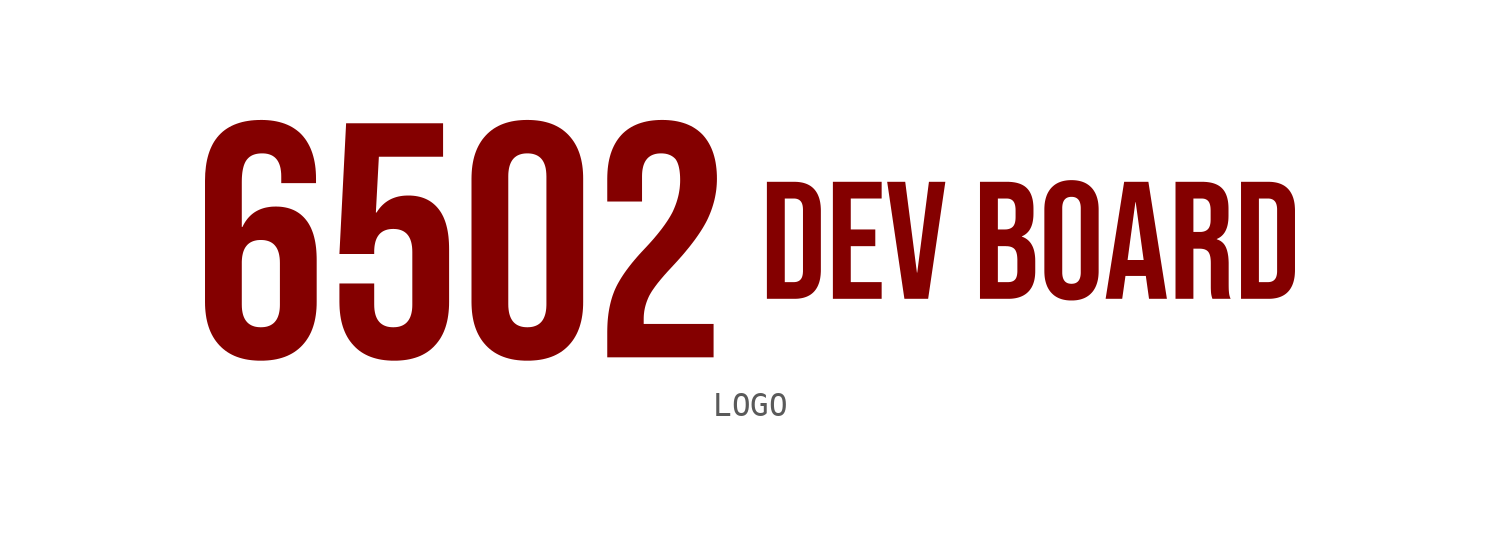
<source format=kicad_sym>
(kicad_symbol_lib
  (version 20231120)
  (generator "kicad_symbol_editor")
  (generator_version "8.0")
  (symbol "LOGO"
    (pin_names
      (offset 1.016))
    (property "Reference" "#G"
      (at 0 -4.242 0)
      (effects (font (size 1.524 1.524)) (hide yes)))
    (symbol "LOGO_1_0"
      (polyline (pts (xy 4.171 -1.26) (xy 4.184 -1.26) (xy 4.67 2.511) (xy 5.352 2.511) (xy 4.637 -2.35) (xy 3.651 -2.35) (xy 2.935 2.511) (xy 3.685 2.511) (xy 4.171 -1.26)) (stroke (width -0.0001) (type solid)) (fill (type outline)))
      (polyline (pts (xy 2.706 1.816) (xy 1.423 1.816) (xy 1.423 0.531) (xy 2.442 0.531) (xy 2.442 -0.163) (xy 1.423 -0.163) (xy 1.423 -1.656) (xy 2.706 -1.656) (xy 2.706 -2.35) (xy 0.68 -2.35) (xy 0.68 2.511) (xy 2.706 2.511) (xy 2.706 1.816)) (stroke (width -0.0001) (type solid)) (fill (type outline)))
      (polyline (pts (xy 14.555 -2.35) (xy 13.812 -2.35) (xy 13.677 -1.385) (xy 13.677 -1.399) (xy 12.833 -1.399) (xy 12.698 -2.35) (xy 12.009 -2.35) (xy 12.264 -0.739) (xy 12.921 -0.739) (xy 13.589 -0.739) (xy 13.258 1.663) (xy 13.245 1.663) (xy 12.921 -0.739) (xy 12.264 -0.739) (xy 12.779 2.511) (xy 13.785 2.511) (xy 14.555 -2.35)) (stroke (width -0.0001) (type solid)) (fill (type outline)))
      (polyline (pts (xy -0.859 2.509) (xy -0.792 2.506) (xy -0.729 2.5) (xy -0.667 2.491) (xy -0.608 2.481) (xy -0.55 2.468) (xy -0.495 2.452) (xy -0.442 2.434) (xy -0.391 2.414) (xy -0.343 2.391) (xy -0.296 2.366) (xy -0.252 2.339) (xy -0.21 2.309) (xy -0.17 2.277) (xy -0.132 2.242) (xy -0.096 2.205) (xy -0.063 2.166) (xy -0.031 2.124) (xy -0.002 2.08) (xy 0.025 2.034) (xy 0.05 1.986) (xy 0.072 1.936) (xy 0.093 1.883) (xy 0.112 1.828) (xy 0.128 1.771) (xy 0.142 1.712) (xy 0.154 1.65) (xy 0.163 1.587) (xy 0.171 1.52) (xy 0.176 1.452) (xy 0.18 1.382) (xy 0.181 1.309) (xy 0.181 -1.149) (xy 0.18 -1.222) (xy 0.176 -1.292) (xy 0.171 -1.361) (xy 0.163 -1.427) (xy 0.154 -1.49) (xy 0.142 -1.552) (xy 0.128 -1.611) (xy 0.112 -1.668) (xy 0.093 -1.723) (xy 0.072 -1.776) (xy 0.05 -1.826) (xy 0.025 -1.874) (xy -0.002 -1.92) (xy -0.031 -1.964) (xy -0.063 -2.006) (xy -0.096 -2.045) (xy -0.132 -2.082) (xy -0.17 -2.117) (xy -0.21 -2.149) (xy -0.252 -2.179) (xy -0.296 -2.206) (xy -0.343 -2.231) (xy -0.391 -2.254) (xy -0.442 -2.274) (xy -0.495 -2.292) (xy -0.55 -2.308) (xy -0.608 -2.321) (xy -0.667 -2.331) (xy -0.729 -2.34) (xy -0.792 -2.346) (xy -0.859 -2.349) (xy -0.927 -2.35) (xy -2.061 -2.35) (xy -2.061 1.816) (xy -1.318 1.816) (xy -1.318 -1.656) (xy -0.94 -1.656) (xy -0.918 -1.656) (xy -0.896 -1.654) (xy -0.875 -1.652) (xy -0.854 -1.649) (xy -0.834 -1.645) (xy -0.815 -1.641) (xy -0.797 -1.635) (xy -0.779 -1.628) (xy -0.762 -1.621) (xy -0.745 -1.613) (xy -0.729 -1.604) (xy -0.714 -1.594) (xy -0.7 -1.583) (xy -0.686 -1.571) (xy -0.672 -1.558) (xy -0.66 -1.545) (xy -0.648 -1.531) (xy -0.637 -1.515) (xy -0.627 -1.498) (xy -0.617 -1.481) (xy -0.608 -1.462) (xy -0.6 -1.442) (xy -0.593 -1.421) (xy -0.587 -1.399) (xy -0.581 -1.376) (xy -0.576 -1.352) (xy -0.572 -1.327) (xy -0.568 -1.3) (xy -0.566 -1.273) (xy -0.564 -1.244) (xy -0.562 -1.215) (xy -0.562 -1.184) (xy -0.562 1.344) (xy -0.562 1.375) (xy -0.564 1.404) (xy -0.566 1.433) (xy -0.568 1.46) (xy -0.572 1.487) (xy -0.576 1.512) (xy -0.581 1.536) (xy -0.587 1.559) (xy -0.593 1.581) (xy -0.6 1.602) (xy -0.608 1.622) (xy -0.617 1.641) (xy -0.627 1.659) (xy -0.637 1.675) (xy -0.648 1.691) (xy -0.66 1.705) (xy -0.672 1.718) (xy -0.686 1.731) (xy -0.7 1.743) (xy -0.714 1.754) (xy -0.729 1.764) (xy -0.745 1.773) (xy -0.762 1.781) (xy -0.779 1.788) (xy -0.797 1.795) (xy -0.815 1.8) (xy -0.834 1.805) (xy -0.854 1.809) (xy -0.875 1.812) (xy -0.896 1.814) (xy -0.918 1.816) (xy -0.94 1.816) (xy -1.318 1.816) (xy -2.061 1.816) (xy -2.061 2.511) (xy -0.927 2.511) (xy -0.859 2.509)) (stroke (width -0.0001) (type solid)) (fill (type outline)))
      (polyline (pts (xy 18.836 2.509) (xy 18.902 2.506) (xy 18.965 2.5) (xy 19.027 2.491) (xy 19.087 2.481) (xy 19.144 2.468) (xy 19.199 2.452) (xy 19.252 2.434) (xy 19.303 2.414) (xy 19.351 2.391) (xy 19.398 2.366) (xy 19.442 2.339) (xy 19.484 2.309) (xy 19.524 2.277) (xy 19.562 2.242) (xy 19.598 2.205) (xy 19.631 2.166) (xy 19.663 2.124) (xy 19.692 2.08) (xy 19.719 2.034) (xy 19.744 1.986) (xy 19.767 1.936) (xy 19.787 1.883) (xy 19.806 1.828) (xy 19.822 1.771) (xy 19.836 1.712) (xy 19.848 1.65) (xy 19.858 1.587) (xy 19.865 1.52) (xy 19.87 1.452) (xy 19.874 1.382) (xy 19.875 1.309) (xy 19.875 -1.149) (xy 19.874 -1.222) (xy 19.87 -1.292) (xy 19.865 -1.361) (xy 19.858 -1.427) (xy 19.848 -1.49) (xy 19.836 -1.552) (xy 19.822 -1.611) (xy 19.806 -1.668) (xy 19.787 -1.723) (xy 19.767 -1.776) (xy 19.744 -1.826) (xy 19.719 -1.874) (xy 19.692 -1.92) (xy 19.663 -1.964) (xy 19.631 -2.006) (xy 19.598 -2.045) (xy 19.562 -2.082) (xy 19.524 -2.117) (xy 19.484 -2.149) (xy 19.442 -2.179) (xy 19.398 -2.206) (xy 19.351 -2.231) (xy 19.303 -2.254) (xy 19.252 -2.274) (xy 19.199 -2.292) (xy 19.144 -2.308) (xy 19.087 -2.321) (xy 19.027 -2.331) (xy 18.965 -2.34) (xy 18.902 -2.346) (xy 18.836 -2.349) (xy 18.767 -2.35) (xy 17.633 -2.35) (xy 17.633 1.816) (xy 18.376 1.816) (xy 18.376 -1.656) (xy 18.754 -1.656) (xy 18.776 -1.656) (xy 18.798 -1.654) (xy 18.819 -1.652) (xy 18.84 -1.649) (xy 18.86 -1.645) (xy 18.879 -1.641) (xy 18.897 -1.635) (xy 18.915 -1.628) (xy 18.932 -1.621) (xy 18.949 -1.613) (xy 18.965 -1.604) (xy 18.98 -1.594) (xy 18.994 -1.583) (xy 19.008 -1.571) (xy 19.022 -1.558) (xy 19.034 -1.545) (xy 19.046 -1.531) (xy 19.057 -1.515) (xy 19.067 -1.498) (xy 19.077 -1.481) (xy 19.086 -1.462) (xy 19.094 -1.442) (xy 19.101 -1.421) (xy 19.108 -1.399) (xy 19.113 -1.376) (xy 19.118 -1.352) (xy 19.123 -1.327) (xy 19.126 -1.3) (xy 19.129 -1.273) (xy 19.131 -1.244) (xy 19.132 -1.215) (xy 19.132 -1.184) (xy 19.132 1.344) (xy 19.132 1.375) (xy 19.131 1.404) (xy 19.129 1.433) (xy 19.126 1.46) (xy 19.123 1.487) (xy 19.118 1.512) (xy 19.113 1.536) (xy 19.108 1.559) (xy 19.101 1.581) (xy 19.094 1.602) (xy 19.086 1.622) (xy 19.077 1.641) (xy 19.067 1.659) (xy 19.057 1.675) (xy 19.046 1.691) (xy 19.034 1.705) (xy 19.022 1.718) (xy 19.008 1.731) (xy 18.994 1.743) (xy 18.98 1.754) (xy 18.965 1.764) (xy 18.949 1.773) (xy 18.932 1.781) (xy 18.915 1.788) (xy 18.897 1.795) (xy 18.879 1.8) (xy 18.86 1.805) (xy 18.84 1.809) (xy 18.819 1.812) (xy 18.798 1.814) (xy 18.776 1.816) (xy 18.754 1.816) (xy 18.376 1.816) (xy 17.633 1.816) (xy 17.633 2.511) (xy 18.767 2.511) (xy 18.836 2.509)) (stroke (width -0.0001) (type solid)) (fill (type outline)))
      (polyline (pts (xy 16.083 2.51) (xy 16.151 2.506) (xy 16.217 2.501) (xy 16.28 2.493) (xy 16.341 2.484) (xy 16.4 2.472) (xy 16.456 2.458) (xy 16.509 2.442) (xy 16.56 2.424) (xy 16.609 2.403) (xy 16.655 2.381) (xy 16.699 2.356) (xy 16.741 2.329) (xy 16.779 2.3) (xy 16.816 2.269) (xy 16.85 2.236) (xy 16.882 2.201) (xy 16.912 2.163) (xy 16.94 2.123) (xy 16.965 2.081) (xy 16.989 2.036) (xy 17.011 1.989) (xy 17.03 1.94) (xy 17.048 1.888) (xy 17.063 1.834) (xy 17.076 1.778) (xy 17.088 1.72) (xy 17.097 1.659) (xy 17.104 1.596) (xy 17.109 1.53) (xy 17.112 1.462) (xy 17.113 1.393) (xy 17.113 1.094) (xy 17.111 1.001) (xy 17.106 0.913) (xy 17.096 0.83) (xy 17.083 0.75) (xy 17.066 0.675) (xy 17.045 0.604) (xy 17.02 0.538) (xy 16.992 0.476) (xy 16.96 0.418) (xy 16.924 0.365) (xy 16.884 0.316) (xy 16.84 0.271) (xy 16.793 0.231) (xy 16.741 0.195) (xy 16.686 0.163) (xy 16.627 0.136) (xy 16.627 0.122) (xy 16.66 0.111) (xy 16.692 0.098) (xy 16.723 0.084) (xy 16.752 0.069) (xy 16.781 0.053) (xy 16.808 0.035) (xy 16.833 0.015) (xy 16.858 -0.005) (xy 16.881 -0.027) (xy 16.903 -0.05) (xy 16.924 -0.075) (xy 16.943 -0.101) (xy 16.961 -0.128) (xy 16.978 -0.157) (xy 16.994 -0.187) (xy 17.009 -0.219) (xy 17.022 -0.251) (xy 17.035 -0.286) (xy 17.047 -0.321) (xy 17.058 -0.358) (xy 17.067 -0.396) (xy 17.077 -0.436) (xy 17.085 -0.477) (xy 17.092 -0.519) (xy 17.099 -0.563) (xy 17.105 -0.608) (xy 17.109 -0.654) (xy 17.113 -0.702) (xy 17.116 -0.751) (xy 17.118 -0.801) (xy 17.12 -0.853) (xy 17.12 -0.906) (xy 17.12 -1.76) (xy 17.121 -1.859) (xy 17.123 -1.949) (xy 17.125 -1.99) (xy 17.128 -2.028) (xy 17.131 -2.064) (xy 17.134 -2.097) (xy 17.138 -2.129) (xy 17.143 -2.161) (xy 17.149 -2.193) (xy 17.157 -2.225) (xy 17.166 -2.256) (xy 17.177 -2.288) (xy 17.188 -2.319) (xy 17.201 -2.35) (xy 16.445 -2.35) (xy 16.435 -2.321) (xy 16.426 -2.292) (xy 16.418 -2.264) (xy 16.411 -2.236) (xy 16.405 -2.208) (xy 16.399 -2.181) (xy 16.395 -2.155) (xy 16.391 -2.128) (xy 16.388 -2.1) (xy 16.385 -2.066) (xy 16.383 -2.027) (xy 16.381 -1.982) (xy 16.379 -1.933) (xy 16.378 -1.878) (xy 16.378 -1.818) (xy 16.378 -1.753) (xy 16.378 -0.864) (xy 16.377 -0.824) (xy 16.376 -0.784) (xy 16.374 -0.747) (xy 16.371 -0.71) (xy 16.367 -0.676) (xy 16.363 -0.643) (xy 16.358 -0.611) (xy 16.351 -0.581) (xy 16.344 -0.553) (xy 16.337 -0.526) (xy 16.328 -0.501) (xy 16.319 -0.478) (xy 16.308 -0.456) (xy 16.297 -0.435) (xy 16.285 -0.416) (xy 16.273 -0.399) (xy 16.266 -0.391) (xy 16.259 -0.383) (xy 16.252 -0.376) (xy 16.244 -0.368) (xy 16.236 -0.361) (xy 16.228 -0.354) (xy 16.22 -0.348) (xy 16.211 -0.341) (xy 16.193 -0.33) (xy 16.173 -0.319) (xy 16.152 -0.309) (xy 16.13 -0.3) (xy 16.107 -0.292) (xy 16.083 -0.286) (xy 16.057 -0.28) (xy 16.03 -0.276) (xy 16.003 -0.272) (xy 15.973 -0.269) (xy 15.943 -0.268) (xy 15.912 -0.267) (xy 15.655 -0.267) (xy 15.655 -2.35) (xy 14.912 -2.35) (xy 14.912 1.816) (xy 15.655 1.816) (xy 15.655 0.427) (xy 15.925 0.427) (xy 15.953 0.428) (xy 15.979 0.429) (xy 16.005 0.431) (xy 16.03 0.435) (xy 16.053 0.439) (xy 16.077 0.444) (xy 16.099 0.45) (xy 16.12 0.457) (xy 16.141 0.465) (xy 16.16 0.473) (xy 16.179 0.483) (xy 16.197 0.494) (xy 16.214 0.505) (xy 16.23 0.518) (xy 16.245 0.531) (xy 16.259 0.545) (xy 16.273 0.561) (xy 16.285 0.577) (xy 16.297 0.595) (xy 16.308 0.614) (xy 16.318 0.635) (xy 16.327 0.656) (xy 16.335 0.679) (xy 16.343 0.703) (xy 16.349 0.729) (xy 16.355 0.755) (xy 16.36 0.783) (xy 16.364 0.812) (xy 16.367 0.843) (xy 16.369 0.874) (xy 16.37 0.907) (xy 16.371 0.941) (xy 16.371 1.316) (xy 16.37 1.349) (xy 16.369 1.38) (xy 16.367 1.41) (xy 16.365 1.439) (xy 16.362 1.467) (xy 16.358 1.494) (xy 16.353 1.519) (xy 16.348 1.544) (xy 16.342 1.567) (xy 16.335 1.589) (xy 16.328 1.61) (xy 16.32 1.63) (xy 16.311 1.649) (xy 16.301 1.666) (xy 16.291 1.683) (xy 16.28 1.698) (xy 16.268 1.712) (xy 16.255 1.726) (xy 16.242 1.738) (xy 16.227 1.75) (xy 16.212 1.76) (xy 16.197 1.77) (xy 16.18 1.779) (xy 16.162 1.787) (xy 16.144 1.794) (xy 16.125 1.8) (xy 16.105 1.805) (xy 16.084 1.809) (xy 16.062 1.812) (xy 16.04 1.814) (xy 16.017 1.816) (xy 15.993 1.816) (xy 15.655 1.816) (xy 14.912 1.816) (xy 14.912 2.511) (xy 16.013 2.511) (xy 16.083 2.51)) (stroke (width -0.0001) (type solid)) (fill (type outline)))
      (polyline (pts (xy -6.278 5.078) (xy -6.146 5.07) (xy -6.018 5.058) (xy -5.893 5.041) (xy -5.773 5.019) (xy -5.657 4.992) (xy -5.545 4.96) (xy -5.436 4.924) (xy -5.332 4.882) (xy -5.232 4.836) (xy -5.136 4.785) (xy -5.045 4.728) (xy -4.957 4.667) (xy -4.874 4.601) (xy -4.795 4.531) (xy -4.719 4.455) (xy -4.649 4.372) (xy -4.583 4.286) (xy -4.521 4.195) (xy -4.464 4.1) (xy -4.412 4.002) (xy -4.364 3.899) (xy -4.321 3.792) (xy -4.282 3.681) (xy -4.248 3.565) (xy -4.218 3.446) (xy -4.193 3.322) (xy -4.173 3.193) (xy -4.157 3.061) (xy -4.145 2.923) (xy -4.138 2.782) (xy -4.136 2.636) (xy -4.138 2.524) (xy -4.143 2.413) (xy -4.151 2.302) (xy -4.162 2.192) (xy -4.177 2.083) (xy -4.195 1.974) (xy -4.216 1.865) (xy -4.24 1.757) (xy -4.268 1.649) (xy -4.299 1.542) (xy -4.333 1.434) (xy -4.37 1.327) (xy -4.411 1.22) (xy -4.455 1.113) (xy -4.502 1.006) (xy -4.553 0.899) (xy -4.61 0.792) (xy -4.671 0.683) (xy -4.737 0.572) (xy -4.808 0.459) (xy -4.884 0.344) (xy -4.964 0.228) (xy -5.048 0.11) (xy -5.138 -0.01) (xy -5.232 -0.132) (xy -5.331 -0.256) (xy -5.543 -0.511) (xy -5.774 -0.773) (xy -6.025 -1.045) (xy -6.19 -1.223) (xy -6.34 -1.391) (xy -6.476 -1.551) (xy -6.598 -1.701) (xy -6.705 -1.843) (xy -6.798 -1.975) (xy -6.84 -2.037) (xy -6.877 -2.098) (xy -6.911 -2.156) (xy -6.942 -2.212) (xy -6.97 -2.269) (xy -6.996 -2.327) (xy -7.02 -2.385) (xy -7.043 -2.444) (xy -7.064 -2.503) (xy -7.083 -2.562) (xy -7.101 -2.622) (xy -7.117 -2.682) (xy -7.131 -2.743) (xy -7.143 -2.804) (xy -7.154 -2.866) (xy -7.162 -2.928) (xy -7.169 -2.991) (xy -7.174 -3.055) (xy -7.177 -3.119) (xy -7.178 -3.184) (xy -7.178 -3.392) (xy -4.275 -3.392) (xy -4.275 -4.781) (xy -8.692 -4.781) (xy -8.692 -3.725) (xy -8.69 -3.596) (xy -8.686 -3.47) (xy -8.68 -3.345) (xy -8.671 -3.223) (xy -8.659 -3.103) (xy -8.645 -2.985) (xy -8.628 -2.87) (xy -8.608 -2.757) (xy -8.586 -2.646) (xy -8.561 -2.537) (xy -8.534 -2.431) (xy -8.504 -2.327) (xy -8.472 -2.225) (xy -8.436 -2.126) (xy -8.399 -2.029) (xy -8.358 -1.934) (xy -8.315 -1.842) (xy -8.267 -1.748) (xy -8.214 -1.653) (xy -8.158 -1.557) (xy -8.098 -1.459) (xy -8.033 -1.359) (xy -7.964 -1.258) (xy -7.891 -1.156) (xy -7.814 -1.053) (xy -7.733 -0.948) (xy -7.649 -0.842) (xy -7.559 -0.735) (xy -7.466 -0.626) (xy -7.37 -0.517) (xy -7.269 -0.406) (xy -7.164 -0.295) (xy -6.959 -0.075) (xy -6.77 0.137) (xy -6.599 0.342) (xy -6.443 0.538) (xy -6.304 0.727) (xy -6.181 0.908) (xy -6.126 0.996) (xy -6.074 1.081) (xy -6.027 1.165) (xy -5.983 1.247) (xy -5.945 1.328) (xy -5.91 1.409) (xy -5.877 1.49) (xy -5.846 1.572) (xy -5.817 1.654) (xy -5.791 1.737) (xy -5.767 1.82) (xy -5.745 1.903) (xy -5.726 1.986) (xy -5.71 2.07) (xy -5.696 2.154) (xy -5.684 2.239) (xy -5.676 2.324) (xy -5.669 2.409) (xy -5.665 2.494) (xy -5.664 2.58) (xy -5.665 2.657) (xy -5.667 2.73) (xy -5.671 2.801) (xy -5.677 2.869) (xy -5.684 2.934) (xy -5.692 2.996) (xy -5.703 3.055) (xy -5.714 3.111) (xy -5.727 3.164) (xy -5.742 3.215) (xy -5.758 3.262) (xy -5.775 3.307) (xy -5.794 3.348) (xy -5.814 3.387) (xy -5.835 3.422) (xy -5.858 3.455) (xy -5.885 3.483) (xy -5.913 3.509) (xy -5.942 3.534) (xy -5.973 3.556) (xy -6.005 3.578) (xy -6.039 3.597) (xy -6.074 3.615) (xy -6.11 3.63) (xy -6.148 3.644) (xy -6.187 3.657) (xy -6.228 3.667) (xy -6.27 3.676) (xy -6.314 3.682) (xy -6.36 3.687) (xy -6.407 3.69) (xy -6.455 3.691) (xy -6.504 3.69) (xy -6.551 3.687) (xy -6.597 3.683) (xy -6.641 3.676) (xy -6.684 3.668) (xy -6.725 3.657) (xy -6.764 3.645) (xy -6.802 3.631) (xy -6.838 3.615) (xy -6.873 3.598) (xy -6.906 3.578) (xy -6.938 3.556) (xy -6.968 3.533) (xy -6.997 3.508) (xy -7.024 3.481) (xy -7.049 3.451) (xy -7.073 3.421) (xy -7.096 3.388) (xy -7.117 3.353) (xy -7.136 3.317) (xy -7.154 3.278) (xy -7.17 3.238) (xy -7.185 3.196) (xy -7.198 3.152) (xy -7.209 3.106) (xy -7.219 3.058) (xy -7.228 3.009) (xy -7.235 2.957) (xy -7.24 2.904) (xy -7.244 2.849) (xy -7.246 2.792) (xy -7.247 2.733) (xy -7.247 1.691) (xy -8.692 1.691) (xy -8.692 2.636) (xy -8.689 2.782) (xy -8.682 2.923) (xy -8.671 3.061) (xy -8.655 3.193) (xy -8.635 3.322) (xy -8.61 3.446) (xy -8.58 3.565) (xy -8.546 3.681) (xy -8.507 3.792) (xy -8.464 3.899) (xy -8.416 4.002) (xy -8.364 4.1) (xy -8.307 4.195) (xy -8.245 4.286) (xy -8.179 4.372) (xy -8.108 4.455) (xy -8.033 4.531) (xy -7.954 4.601) (xy -7.871 4.667) (xy -7.783 4.728) (xy -7.691 4.785) (xy -7.595 4.836) (xy -7.495 4.882) (xy -7.391 4.924) (xy -7.283 4.96) (xy -7.171 4.992) (xy -7.055 5.019) (xy -6.934 5.041) (xy -6.81 5.058) (xy -6.682 5.07) (xy -6.55 5.078) (xy -6.414 5.08) (xy -6.278 5.078)) (stroke (width -0.0001) (type solid)) (fill (type outline)))
      (polyline (pts (xy 10.659 2.579) (xy 10.724 2.575) (xy 10.787 2.569) (xy 10.849 2.56) (xy 10.908 2.549) (xy 10.966 2.535) (xy 11.021 2.519) (xy 11.074 2.5) (xy 11.126 2.479) (xy 11.175 2.455) (xy 11.222 2.429) (xy 11.267 2.4) (xy 11.311 2.369) (xy 11.352 2.335) (xy 11.391 2.299) (xy 11.429 2.261) (xy 11.464 2.22) (xy 11.497 2.177) (xy 11.527 2.131) (xy 11.556 2.084) (xy 11.582 2.035) (xy 11.605 1.984) (xy 11.627 1.931) (xy 11.646 1.875) (xy 11.663 1.818) (xy 11.678 1.758) (xy 11.691 1.697) (xy 11.701 1.633) (xy 11.709 1.567) (xy 11.714 1.5) (xy 11.718 1.43) (xy 11.719 1.358) (xy 11.719 -1.198) (xy 11.718 -1.27) (xy 11.714 -1.339) (xy 11.709 -1.407) (xy 11.701 -1.473) (xy 11.691 -1.537) (xy 11.678 -1.598) (xy 11.663 -1.658) (xy 11.646 -1.715) (xy 11.627 -1.77) (xy 11.605 -1.824) (xy 11.582 -1.875) (xy 11.556 -1.924) (xy 11.527 -1.972) (xy 11.497 -2.017) (xy 11.464 -2.06) (xy 11.429 -2.1) (xy 11.391 -2.139) (xy 11.352 -2.175) (xy 11.311 -2.209) (xy 11.267 -2.24) (xy 11.222 -2.269) (xy 11.175 -2.295) (xy 11.126 -2.319) (xy 11.074 -2.34) (xy 11.021 -2.359) (xy 10.966 -2.375) (xy 10.908 -2.389) (xy 10.849 -2.4) (xy 10.787 -2.409) (xy 10.724 -2.415) (xy 10.659 -2.419) (xy 10.591 -2.42) (xy 10.524 -2.419) (xy 10.459 -2.415) (xy 10.395 -2.409) (xy 10.334 -2.4) (xy 10.275 -2.389) (xy 10.217 -2.375) (xy 10.162 -2.359) (xy 10.109 -2.34) (xy 10.057 -2.319) (xy 10.008 -2.295) (xy 9.961 -2.269) (xy 9.915 -2.24) (xy 9.872 -2.209) (xy 9.831 -2.175) (xy 9.792 -2.139) (xy 9.754 -2.1) (xy 9.719 -2.06) (xy 9.686 -2.017) (xy 9.656 -1.972) (xy 9.627 -1.924) (xy 9.601 -1.875) (xy 9.577 -1.824) (xy 9.556 -1.77) (xy 9.537 -1.715) (xy 9.52 -1.658) (xy 9.505 -1.598) (xy 9.492 -1.537) (xy 9.482 -1.473) (xy 9.474 -1.407) (xy 9.469 -1.339) (xy 9.465 -1.27) (xy 9.465 -1.246) (xy 10.207 -1.246) (xy 10.208 -1.304) (xy 10.213 -1.359) (xy 10.22 -1.409) (xy 10.231 -1.456) (xy 10.237 -1.478) (xy 10.244 -1.499) (xy 10.252 -1.519) (xy 10.261 -1.538) (xy 10.27 -1.557) (xy 10.28 -1.574) (xy 10.291 -1.59) (xy 10.303 -1.606) (xy 10.315 -1.62) (xy 10.328 -1.634) (xy 10.342 -1.647) (xy 10.357 -1.658) (xy 10.372 -1.669) (xy 10.389 -1.679) (xy 10.405 -1.688) (xy 10.423 -1.696) (xy 10.441 -1.703) (xy 10.461 -1.709) (xy 10.481 -1.714) (xy 10.501 -1.718) (xy 10.523 -1.721) (xy 10.545 -1.724) (xy 10.568 -1.725) (xy 10.591 -1.726) (xy 10.615 -1.725) (xy 10.638 -1.724) (xy 10.66 -1.721) (xy 10.682 -1.718) (xy 10.702 -1.714) (xy 10.722 -1.709) (xy 10.741 -1.703) (xy 10.76 -1.696) (xy 10.777 -1.688) (xy 10.794 -1.679) (xy 10.81 -1.669) (xy 10.826 -1.658) (xy 10.841 -1.647) (xy 10.854 -1.634) (xy 10.868 -1.62) (xy 10.88 -1.606) (xy 10.892 -1.59) (xy 10.903 -1.574) (xy 10.913 -1.557) (xy 10.922 -1.538) (xy 10.931 -1.519) (xy 10.939 -1.499) (xy 10.946 -1.478) (xy 10.952 -1.456) (xy 10.958 -1.433) (xy 10.963 -1.409) (xy 10.967 -1.384) (xy 10.97 -1.359) (xy 10.973 -1.332) (xy 10.975 -1.304) (xy 10.976 -1.276) (xy 10.976 -1.246) (xy 10.976 1.406) (xy 10.975 1.464) (xy 10.97 1.519) (xy 10.963 1.569) (xy 10.952 1.616) (xy 10.946 1.638) (xy 10.939 1.659) (xy 10.931 1.679) (xy 10.922 1.698) (xy 10.913 1.717) (xy 10.903 1.734) (xy 10.892 1.75) (xy 10.88 1.766) (xy 10.868 1.78) (xy 10.854 1.794) (xy 10.841 1.806) (xy 10.826 1.818) (xy 10.81 1.829) (xy 10.794 1.839) (xy 10.777 1.848) (xy 10.76 1.856) (xy 10.741 1.863) (xy 10.722 1.869) (xy 10.702 1.874) (xy 10.682 1.878) (xy 10.66 1.881) (xy 10.638 1.884) (xy 10.615 1.885) (xy 10.591 1.886) (xy 10.568 1.885) (xy 10.545 1.884) (xy 10.523 1.881) (xy 10.501 1.878) (xy 10.481 1.874) (xy 10.461 1.869) (xy 10.441 1.863) (xy 10.423 1.856) (xy 10.405 1.848) (xy 10.389 1.839) (xy 10.372 1.829) (xy 10.357 1.818) (xy 10.342 1.806) (xy 10.328 1.794) (xy 10.315 1.78) (xy 10.303 1.766) (xy 10.291 1.75) (xy 10.28 1.734) (xy 10.27 1.717) (xy 10.261 1.698) (xy 10.252 1.679) (xy 10.244 1.659) (xy 10.237 1.638) (xy 10.231 1.616) (xy 10.225 1.593) (xy 10.22 1.569) (xy 10.216 1.544) (xy 10.213 1.519) (xy 10.21 1.492) (xy 10.208 1.464) (xy 10.207 1.436) (xy 10.207 1.406) (xy 10.207 -1.246) (xy 9.465 -1.246) (xy 9.464 -1.198) (xy 9.464 1.358) (xy 9.465 1.43) (xy 9.469 1.5) (xy 9.474 1.567) (xy 9.482 1.633) (xy 9.492 1.697) (xy 9.505 1.758) (xy 9.52 1.818) (xy 9.537 1.875) (xy 9.556 1.931) (xy 9.577 1.984) (xy 9.601 2.035) (xy 9.627 2.084) (xy 9.656 2.131) (xy 9.686 2.177) (xy 9.719 2.22) (xy 9.754 2.261) (xy 9.792 2.299) (xy 9.831 2.335) (xy 9.872 2.369) (xy 9.915 2.4) (xy 9.961 2.429) (xy 10.008 2.455) (xy 10.057 2.479) (xy 10.109 2.5) (xy 10.162 2.519) (xy 10.217 2.535) (xy 10.275 2.549) (xy 10.334 2.56) (xy 10.395 2.569) (xy 10.459 2.575) (xy 10.524 2.579) (xy 10.591 2.58) (xy 10.659 2.579)) (stroke (width -0.0001) (type solid)) (fill (type outline)))
      (polyline (pts (xy -11.873 5.078) (xy -11.738 5.07) (xy -11.608 5.058) (xy -11.482 5.041) (xy -11.36 5.019) (xy -11.243 4.991) (xy -11.129 4.959) (xy -11.02 4.922) (xy -10.914 4.88) (xy -10.813 4.832) (xy -10.716 4.78) (xy -10.622 4.723) (xy -10.533 4.66) (xy -10.448 4.592) (xy -10.366 4.519) (xy -10.289 4.441) (xy -10.216 4.358) (xy -10.148 4.272) (xy -10.084 4.181) (xy -10.026 4.087) (xy -9.972 3.988) (xy -9.923 3.886) (xy -9.879 3.779) (xy -9.839 3.669) (xy -9.805 3.554) (xy -9.774 3.435) (xy -9.749 3.312) (xy -9.728 3.185) (xy -9.712 3.054) (xy -9.701 2.919) (xy -9.694 2.779) (xy -9.692 2.636) (xy -9.692 -2.475) (xy -9.694 -2.619) (xy -9.701 -2.759) (xy -9.712 -2.894) (xy -9.728 -3.025) (xy -9.749 -3.152) (xy -9.774 -3.275) (xy -9.805 -3.394) (xy -9.839 -3.509) (xy -9.879 -3.619) (xy -9.923 -3.726) (xy -9.972 -3.828) (xy -10.026 -3.927) (xy -10.084 -4.021) (xy -10.148 -4.112) (xy -10.216 -4.198) (xy -10.289 -4.281) (xy -10.366 -4.359) (xy -10.448 -4.432) (xy -10.533 -4.5) (xy -10.622 -4.563) (xy -10.716 -4.62) (xy -10.813 -4.672) (xy -10.914 -4.72) (xy -11.02 -4.762) (xy -11.129 -4.799) (xy -11.243 -4.831) (xy -11.36 -4.859) (xy -11.482 -4.881) (xy -11.608 -4.898) (xy -11.738 -4.91) (xy -11.873 -4.918) (xy -12.011 -4.92) (xy -12.15 -4.918) (xy -12.284 -4.91) (xy -12.414 -4.898) (xy -12.54 -4.881) (xy -12.662 -4.859) (xy -12.779 -4.831) (xy -12.893 -4.799) (xy -13.002 -4.762) (xy -13.108 -4.72) (xy -13.209 -4.672) (xy -13.306 -4.62) (xy -13.4 -4.563) (xy -13.489 -4.5) (xy -13.574 -4.432) (xy -13.656 -4.359) (xy -13.733 -4.281) (xy -13.806 -4.198) (xy -13.875 -4.112) (xy -13.938 -4.021) (xy -13.996 -3.927) (xy -14.05 -3.828) (xy -14.099 -3.726) (xy -14.143 -3.619) (xy -14.183 -3.509) (xy -14.218 -3.394) (xy -14.248 -3.275) (xy -14.273 -3.152) (xy -14.294 -3.025) (xy -14.31 -2.894) (xy -14.321 -2.759) (xy -14.328 -2.619) (xy -14.329 -2.573) (xy -12.803 -2.573) (xy -12.8 -2.689) (xy -12.79 -2.797) (xy -12.775 -2.898) (xy -12.765 -2.946) (xy -12.753 -2.992) (xy -12.74 -3.036) (xy -12.725 -3.078) (xy -12.709 -3.118) (xy -12.691 -3.157) (xy -12.672 -3.193) (xy -12.651 -3.228) (xy -12.629 -3.261) (xy -12.605 -3.292) (xy -12.579 -3.321) (xy -12.552 -3.348) (xy -12.524 -3.373) (xy -12.493 -3.396) (xy -12.462 -3.418) (xy -12.429 -3.438) (xy -12.394 -3.455) (xy -12.357 -3.471) (xy -12.32 -3.485) (xy -12.28 -3.497) (xy -12.239 -3.508) (xy -12.197 -3.516) (xy -12.153 -3.523) (xy -12.107 -3.527) (xy -12.06 -3.53) (xy -12.011 -3.531) (xy -11.962 -3.53) (xy -11.915 -3.527) (xy -11.87 -3.523) (xy -11.825 -3.516) (xy -11.783 -3.508) (xy -11.742 -3.497) (xy -11.703 -3.485) (xy -11.665 -3.471) (xy -11.628 -3.455) (xy -11.594 -3.438) (xy -11.56 -3.418) (xy -11.529 -3.396) (xy -11.498 -3.373) (xy -11.47 -3.348) (xy -11.443 -3.321) (xy -11.417 -3.292) (xy -11.393 -3.261) (xy -11.371 -3.228) (xy -11.35 -3.193) (xy -11.331 -3.157) (xy -11.313 -3.118) (xy -11.297 -3.078) (xy -11.282 -3.036) (xy -11.269 -2.992) (xy -11.257 -2.946) (xy -11.247 -2.898) (xy -11.239 -2.849) (xy -11.232 -2.797) (xy -11.226 -2.744) (xy -11.223 -2.689) (xy -11.22 -2.632) (xy -11.219 -2.573) (xy -11.219 2.733) (xy -11.223 2.849) (xy -11.232 2.957) (xy -11.247 3.058) (xy -11.257 3.106) (xy -11.269 3.152) (xy -11.282 3.196) (xy -11.297 3.238) (xy -11.313 3.278) (xy -11.331 3.317) (xy -11.35 3.353) (xy -11.371 3.388) (xy -11.393 3.421) (xy -11.417 3.451) (xy -11.443 3.481) (xy -11.47 3.508) (xy -11.498 3.533) (xy -11.529 3.556) (xy -11.56 3.578) (xy -11.594 3.598) (xy -11.628 3.615) (xy -11.665 3.631) (xy -11.703 3.645) (xy -11.742 3.657) (xy -11.783 3.668) (xy -11.825 3.676) (xy -11.87 3.683) (xy -11.915 3.687) (xy -11.962 3.69) (xy -12.011 3.691) (xy -12.06 3.69) (xy -12.107 3.687) (xy -12.153 3.683) (xy -12.197 3.676) (xy -12.239 3.668) (xy -12.28 3.657) (xy -12.32 3.645) (xy -12.357 3.631) (xy -12.394 3.615) (xy -12.429 3.598) (xy -12.462 3.578) (xy -12.493 3.556) (xy -12.524 3.533) (xy -12.552 3.508) (xy -12.579 3.481) (xy -12.605 3.451) (xy -12.629 3.421) (xy -12.651 3.388) (xy -12.672 3.353) (xy -12.691 3.317) (xy -12.709 3.278) (xy -12.725 3.238) (xy -12.74 3.196) (xy -12.753 3.152) (xy -12.765 3.106) (xy -12.775 3.058) (xy -12.783 3.009) (xy -12.79 2.957) (xy -12.796 2.904) (xy -12.8 2.849) (xy -12.802 2.792) (xy -12.803 2.733) (xy -12.803 -2.573) (xy -14.329 -2.573) (xy -14.331 -2.475) (xy -14.331 2.636) (xy -14.328 2.779) (xy -14.321 2.919) (xy -14.31 3.054) (xy -14.294 3.185) (xy -14.273 3.312) (xy -14.248 3.435) (xy -14.218 3.554) (xy -14.183 3.669) (xy -14.143 3.779) (xy -14.099 3.886) (xy -14.05 3.988) (xy -13.996 4.087) (xy -13.938 4.181) (xy -13.875 4.272) (xy -13.806 4.358) (xy -13.733 4.441) (xy -13.656 4.519) (xy -13.574 4.592) (xy -13.489 4.66) (xy -13.4 4.723) (xy -13.306 4.78) (xy -13.209 4.832) (xy -13.108 4.88) (xy -13.002 4.922) (xy -12.893 4.959) (xy -12.779 4.991) (xy -12.662 5.019) (xy -12.54 5.041) (xy -12.414 5.058) (xy -12.284 5.07) (xy -12.15 5.078) (xy -12.011 5.08) (xy -11.873 5.078)) (stroke (width -0.0001) (type solid)) (fill (type outline)))
      (polyline (pts (xy -15.511 3.552) (xy -18.178 3.552) (xy -18.303 1.233) (xy -18.275 1.233) (xy -18.219 1.319) (xy -18.189 1.359) (xy -18.159 1.399) (xy -18.128 1.437) (xy -18.096 1.474) (xy -18.063 1.509) (xy -18.03 1.543) (xy -17.995 1.575) (xy -17.96 1.606) (xy -17.924 1.636) (xy -17.887 1.664) (xy -17.849 1.691) (xy -17.81 1.717) (xy -17.77 1.741) (xy -17.73 1.764) (xy -17.688 1.786) (xy -17.646 1.806) (xy -17.603 1.824) (xy -17.559 1.841) (xy -17.514 1.857) (xy -17.468 1.872) (xy -17.421 1.885) (xy -17.373 1.897) (xy -17.324 1.907) (xy -17.274 1.916) (xy -17.223 1.924) (xy -17.172 1.93) (xy -17.119 1.935) (xy -17.066 1.938) (xy -16.956 1.941) (xy -16.853 1.939) (xy -16.754 1.932) (xy -16.658 1.921) (xy -16.565 1.905) (xy -16.475 1.885) (xy -16.388 1.86) (xy -16.305 1.831) (xy -16.225 1.797) (xy -16.147 1.759) (xy -16.073 1.717) (xy -16.002 1.67) (xy -15.934 1.619) (xy -15.869 1.563) (xy -15.807 1.504) (xy -15.748 1.44) (xy -15.692 1.372) (xy -15.639 1.299) (xy -15.589 1.223) (xy -15.544 1.142) (xy -15.501 1.057) (xy -15.463 0.968) (xy -15.427 0.874) (xy -15.395 0.777) (xy -15.367 0.675) (xy -15.342 0.57) (xy -15.32 0.46) (xy -15.302 0.347) (xy -15.287 0.229) (xy -15.276 0.107) (xy -15.268 -0.018) (xy -15.263 -0.148) (xy -15.261 -0.281) (xy -15.261 -2.475) (xy -15.263 -2.622) (xy -15.27 -2.763) (xy -15.282 -2.9) (xy -15.298 -3.033) (xy -15.318 -3.161) (xy -15.343 -3.285) (xy -15.373 -3.404) (xy -15.407 -3.519) (xy -15.446 -3.629) (xy -15.489 -3.735) (xy -15.537 -3.837) (xy -15.589 -3.934) (xy -15.646 -4.028) (xy -15.708 -4.116) (xy -15.774 -4.201) (xy -15.845 -4.281) (xy -15.919 -4.359) (xy -15.999 -4.432) (xy -16.082 -4.5) (xy -16.17 -4.563) (xy -16.262 -4.62) (xy -16.357 -4.672) (xy -16.457 -4.72) (xy -16.561 -4.762) (xy -16.67 -4.799) (xy -16.782 -4.831) (xy -16.898 -4.859) (xy -17.018 -4.881) (xy -17.142 -4.898) (xy -17.271 -4.91) (xy -17.403 -4.918) (xy -17.539 -4.92) (xy -17.675 -4.918) (xy -17.807 -4.91) (xy -17.935 -4.898) (xy -18.059 -4.881) (xy -18.18 -4.859) (xy -18.296 -4.831) (xy -18.408 -4.799) (xy -18.516 -4.762) (xy -18.62 -4.72) (xy -18.72 -4.672) (xy -18.816 -4.62) (xy -18.908 -4.563) (xy -18.996 -4.5) (xy -19.079 -4.432) (xy -19.158 -4.359) (xy -19.233 -4.281) (xy -19.304 -4.201) (xy -19.37 -4.116) (xy -19.432 -4.028) (xy -19.489 -3.934) (xy -19.541 -3.837) (xy -19.589 -3.735) (xy -19.632 -3.629) (xy -19.671 -3.519) (xy -19.705 -3.404) (xy -19.735 -3.285) (xy -19.76 -3.161) (xy -19.78 -3.033) (xy -19.796 -2.9) (xy -19.808 -2.763) (xy -19.814 -2.622) (xy -19.817 -2.475) (xy -19.817 -1.712) (xy -18.372 -1.712) (xy -18.372 -2.587) (xy -18.369 -2.7) (xy -18.36 -2.807) (xy -18.344 -2.906) (xy -18.334 -2.953) (xy -18.323 -2.998) (xy -18.31 -3.041) (xy -18.295 -3.083) (xy -18.279 -3.122) (xy -18.261 -3.16) (xy -18.242 -3.196) (xy -18.221 -3.23) (xy -18.198 -3.263) (xy -18.174 -3.293) (xy -18.149 -3.322) (xy -18.122 -3.349) (xy -18.093 -3.374) (xy -18.063 -3.397) (xy -18.031 -3.418) (xy -17.998 -3.438) (xy -17.963 -3.456) (xy -17.927 -3.471) (xy -17.889 -3.485) (xy -17.85 -3.498) (xy -17.809 -3.508) (xy -17.766 -3.516) (xy -17.722 -3.523) (xy -17.676 -3.527) (xy -17.629 -3.53) (xy -17.581 -3.531) (xy -17.532 -3.53) (xy -17.485 -3.527) (xy -17.439 -3.523) (xy -17.395 -3.516) (xy -17.352 -3.508) (xy -17.311 -3.498) (xy -17.272 -3.485) (xy -17.234 -3.471) (xy -17.198 -3.456) (xy -17.163 -3.438) (xy -17.13 -3.418) (xy -17.098 -3.397) (xy -17.068 -3.374) (xy -17.039 -3.349) (xy -17.012 -3.322) (xy -16.987 -3.293) (xy -16.963 -3.263) (xy -16.94 -3.23) (xy -16.92 -3.196) (xy -16.9 -3.16) (xy -16.882 -3.122) (xy -16.866 -3.083) (xy -16.852 -3.041) (xy -16.838 -2.998) (xy -16.827 -2.953) (xy -16.817 -2.906) (xy -16.808 -2.857) (xy -16.801 -2.807) (xy -16.796 -2.754) (xy -16.792 -2.7) (xy -16.79 -2.644) (xy -16.789 -2.587) (xy -16.789 -0.406) (xy -16.792 -0.29) (xy -16.801 -0.181) (xy -16.817 -0.08) (xy -16.827 -0.033) (xy -16.838 0.013) (xy -16.852 0.057) (xy -16.866 0.099) (xy -16.882 0.14) (xy -16.9 0.178) (xy -16.92 0.214) (xy -16.94 0.249) (xy -16.963 0.282) (xy -16.987 0.313) (xy -17.012 0.342) (xy -17.039 0.369) (xy -17.068 0.394) (xy -17.098 0.417) (xy -17.13 0.439) (xy -17.163 0.459) (xy -17.198 0.476) (xy -17.234 0.492) (xy -17.272 0.506) (xy -17.311 0.518) (xy -17.352 0.529) (xy -17.395 0.537) (xy -17.439 0.544) (xy -17.485 0.548) (xy -17.532 0.551) (xy -17.581 0.552) (xy -17.629 0.551) (xy -17.676 0.548) (xy -17.722 0.544) (xy -17.766 0.537) (xy -17.809 0.529) (xy -17.85 0.518) (xy -17.889 0.506) (xy -17.927 0.492) (xy -17.963 0.476) (xy -17.998 0.459) (xy -18.031 0.439) (xy -18.063 0.417) (xy -18.093 0.394) (xy -18.122 0.369) (xy -18.149 0.342) (xy -18.174 0.313) (xy -18.198 0.282) (xy -18.221 0.249) (xy -18.242 0.214) (xy -18.261 0.178) (xy -18.279 0.14) (xy -18.295 0.099) (xy -18.31 0.057) (xy -18.323 0.013) (xy -18.334 -0.033) (xy -18.344 -0.08) (xy -18.353 -0.13) (xy -18.36 -0.181) (xy -18.365 -0.235) (xy -18.369 -0.29) (xy -18.372 -0.347) (xy -18.372 -0.406) (xy -18.372 -0.489) (xy -19.817 -0.489) (xy -19.539 4.941) (xy -15.511 4.941) (xy -15.511 3.552)) (stroke (width -0.0001) (type solid)) (fill (type outline)))
      (polyline (pts (xy 7.982 2.51) (xy 8.05 2.506) (xy 8.115 2.501) (xy 8.179 2.493) (xy 8.239 2.484) (xy 8.298 2.472) (xy 8.354 2.458) (xy 8.407 2.442) (xy 8.459 2.424) (xy 8.507 2.403) (xy 8.553 2.381) (xy 8.597 2.356) (xy 8.639 2.329) (xy 8.678 2.3) (xy 8.714 2.269) (xy 8.748 2.236) (xy 8.78 2.201) (xy 8.81 2.163) (xy 8.838 2.123) (xy 8.864 2.081) (xy 8.887 2.036) (xy 8.909 1.989) (xy 8.928 1.94) (xy 8.946 1.888) (xy 8.961 1.834) (xy 8.975 1.778) (xy 8.986 1.72) (xy 8.995 1.659) (xy 9.002 1.596) (xy 9.008 1.53) (xy 9.011 1.462) (xy 9.012 1.393) (xy 9.012 1.198) (xy 9.011 1.152) (xy 9.01 1.107) (xy 9.008 1.062) (xy 9.004 1.019) (xy 9 0.977) (xy 8.995 0.936) (xy 8.989 0.896) (xy 8.982 0.858) (xy 8.974 0.82) (xy 8.966 0.784) (xy 8.956 0.748) (xy 8.945 0.714) (xy 8.934 0.68) (xy 8.921 0.648) (xy 8.908 0.617) (xy 8.893 0.587) (xy 8.878 0.558) (xy 8.862 0.53) (xy 8.845 0.503) (xy 8.827 0.477) (xy 8.807 0.452) (xy 8.787 0.428) (xy 8.766 0.406) (xy 8.744 0.384) (xy 8.721 0.363) (xy 8.697 0.343) (xy 8.672 0.325) (xy 8.646 0.307) (xy 8.619 0.29) (xy 8.591 0.275) (xy 8.562 0.26) (xy 8.532 0.247) (xy 8.532 0.233) (xy 8.566 0.22) (xy 8.599 0.206) (xy 8.631 0.191) (xy 8.662 0.174) (xy 8.692 0.157) (xy 8.72 0.138) (xy 8.748 0.118) (xy 8.774 0.097) (xy 8.8 0.074) (xy 8.824 0.05) (xy 8.848 0.025) (xy 8.87 -0.001) (xy 8.891 -0.028) (xy 8.911 -0.057) (xy 8.93 -0.087) (xy 8.947 -0.118) (xy 8.964 -0.15) (xy 8.98 -0.184) (xy 8.995 -0.218) (xy 9.008 -0.254) (xy 9.021 -0.292) (xy 9.032 -0.33) (xy 9.042 -0.37) (xy 9.051 -0.41) (xy 9.059 -0.453) (xy 9.066 -0.496) (xy 9.072 -0.54) (xy 9.077 -0.586) (xy 9.081 -0.633) (xy 9.084 -0.681) (xy 9.085 -0.731) (xy 9.086 -0.781) (xy 9.086 -1.198) (xy 9.085 -1.267) (xy 9.081 -1.334) (xy 9.076 -1.399) (xy 9.068 -1.462) (xy 9.058 -1.523) (xy 9.046 -1.582) (xy 9.031 -1.639) (xy 9.014 -1.693) (xy 8.995 -1.746) (xy 8.974 -1.796) (xy 8.95 -1.845) (xy 8.925 -1.891) (xy 8.896 -1.935) (xy 8.866 -1.977) (xy 8.834 -2.018) (xy 8.799 -2.055) (xy 8.762 -2.091) (xy 8.723 -2.125) (xy 8.682 -2.156) (xy 8.639 -2.184) (xy 8.594 -2.211) (xy 8.546 -2.235) (xy 8.497 -2.257) (xy 8.445 -2.277) (xy 8.392 -2.294) (xy 8.336 -2.309) (xy 8.278 -2.322) (xy 8.219 -2.332) (xy 8.157 -2.34) (xy 8.093 -2.346) (xy 8.027 -2.349) (xy 7.958 -2.35) (xy 6.79 -2.35) (xy 6.79 -0.163) (xy 7.533 -0.163) (xy 7.533 -1.656) (xy 7.958 -1.656) (xy 7.982 -1.656) (xy 8.006 -1.654) (xy 8.028 -1.652) (xy 8.05 -1.649) (xy 8.071 -1.646) (xy 8.091 -1.641) (xy 8.11 -1.635) (xy 8.129 -1.629) (xy 8.147 -1.622) (xy 8.164 -1.614) (xy 8.18 -1.605) (xy 8.195 -1.596) (xy 8.21 -1.585) (xy 8.223 -1.574) (xy 8.236 -1.562) (xy 8.249 -1.548) (xy 8.26 -1.534) (xy 8.271 -1.519) (xy 8.281 -1.503) (xy 8.29 -1.485) (xy 8.299 -1.466) (xy 8.306 -1.446) (xy 8.313 -1.424) (xy 8.32 -1.402) (xy 8.325 -1.378) (xy 8.33 -1.353) (xy 8.334 -1.327) (xy 8.337 -1.299) (xy 8.34 -1.27) (xy 8.342 -1.24) (xy 8.343 -1.209) (xy 8.343 -1.177) (xy 8.343 -0.753) (xy 8.343 -0.713) (xy 8.341 -0.673) (xy 8.339 -0.635) (xy 8.336 -0.6) (xy 8.332 -0.565) (xy 8.328 -0.532) (xy 8.322 -0.501) (xy 8.315 -0.471) (xy 8.308 -0.443) (xy 8.3 -0.417) (xy 8.29 -0.392) (xy 8.28 -0.369) (xy 8.27 -0.347) (xy 8.258 -0.327) (xy 8.245 -0.308) (xy 8.232 -0.291) (xy 8.217 -0.276) (xy 8.202 -0.261) (xy 8.185 -0.248) (xy 8.167 -0.235) (xy 8.148 -0.224) (xy 8.128 -0.213) (xy 8.107 -0.204) (xy 8.084 -0.195) (xy 8.06 -0.188) (xy 8.036 -0.181) (xy 8.01 -0.176) (xy 7.983 -0.171) (xy 7.955 -0.168) (xy 7.926 -0.165) (xy 7.895 -0.164) (xy 7.864 -0.163) (xy 7.533 -0.163) (xy 6.79 -0.163) (xy 6.79 1.816) (xy 7.533 1.816) (xy 7.533 0.531) (xy 7.823 0.531) (xy 7.851 0.532) (xy 7.877 0.533) (xy 7.903 0.535) (xy 7.928 0.539) (xy 7.952 0.543) (xy 7.975 0.548) (xy 7.997 0.554) (xy 8.018 0.561) (xy 8.039 0.569) (xy 8.058 0.578) (xy 8.077 0.587) (xy 8.095 0.598) (xy 8.112 0.609) (xy 8.128 0.622) (xy 8.143 0.635) (xy 8.158 0.649) (xy 8.171 0.665) (xy 8.184 0.681) (xy 8.195 0.699) (xy 8.206 0.719) (xy 8.216 0.739) (xy 8.225 0.76) (xy 8.234 0.783) (xy 8.241 0.807) (xy 8.248 0.833) (xy 8.253 0.859) (xy 8.258 0.887) (xy 8.262 0.916) (xy 8.265 0.947) (xy 8.267 0.978) (xy 8.268 1.011) (xy 8.269 1.045) (xy 8.269 1.316) (xy 8.268 1.349) (xy 8.268 1.38) (xy 8.266 1.41) (xy 8.263 1.439) (xy 8.26 1.467) (xy 8.256 1.494) (xy 8.252 1.519) (xy 8.246 1.544) (xy 8.24 1.567) (xy 8.233 1.589) (xy 8.226 1.61) (xy 8.218 1.63) (xy 8.209 1.649) (xy 8.199 1.666) (xy 8.189 1.683) (xy 8.178 1.698) (xy 8.166 1.712) (xy 8.153 1.726) (xy 8.14 1.738) (xy 8.126 1.75) (xy 8.111 1.76) (xy 8.095 1.77) (xy 8.078 1.779) (xy 8.06 1.787) (xy 8.042 1.794) (xy 8.023 1.8) (xy 8.003 1.805) (xy 7.982 1.809) (xy 7.961 1.812) (xy 7.938 1.814) (xy 7.915 1.816) (xy 7.891 1.816) (xy 7.533 1.816) (xy 6.79 1.816) (xy 6.79 2.511) (xy 7.911 2.511) (xy 7.982 2.51)) (stroke (width -0.0001) (type solid)) (fill (type outline)))
      (polyline (pts (xy -22.931 5.078) (xy -22.799 5.07) (xy -22.67 5.058) (xy -22.546 5.041) (xy -22.426 5.019) (xy -22.31 4.992) (xy -22.197 4.96) (xy -22.089 4.924) (xy -21.985 4.882) (xy -21.885 4.836) (xy -21.789 4.785) (xy -21.698 4.728) (xy -21.61 4.667) (xy -21.526 4.601) (xy -21.447 4.531) (xy -21.372 4.455) (xy -21.302 4.372) (xy -21.235 4.286) (xy -21.174 4.195) (xy -21.117 4.1) (xy -21.065 4.002) (xy -21.017 3.899) (xy -20.974 3.792) (xy -20.935 3.681) (xy -20.901 3.565) (xy -20.871 3.446) (xy -20.846 3.322) (xy -20.825 3.193) (xy -20.809 3.061) (xy -20.798 2.923) (xy -20.791 2.782) (xy -20.789 2.636) (xy -20.789 2.455) (xy -22.233 2.455) (xy -22.233 2.733) (xy -22.236 2.849) (xy -22.246 2.957) (xy -22.261 3.058) (xy -22.271 3.106) (xy -22.283 3.152) (xy -22.296 3.196) (xy -22.311 3.238) (xy -22.327 3.278) (xy -22.345 3.317) (xy -22.364 3.353) (xy -22.385 3.388) (xy -22.407 3.421) (xy -22.431 3.451) (xy -22.457 3.481) (xy -22.484 3.508) (xy -22.512 3.533) (xy -22.543 3.556) (xy -22.574 3.578) (xy -22.608 3.598) (xy -22.642 3.615) (xy -22.679 3.631) (xy -22.716 3.645) (xy -22.756 3.657) (xy -22.797 3.668) (xy -22.84 3.676) (xy -22.884 3.683) (xy -22.929 3.687) (xy -22.976 3.69) (xy -23.025 3.691) (xy -23.079 3.69) (xy -23.131 3.687) (xy -23.18 3.682) (xy -23.228 3.675) (xy -23.274 3.666) (xy -23.319 3.655) (xy -23.361 3.642) (xy -23.402 3.627) (xy -23.441 3.61) (xy -23.478 3.59) (xy -23.513 3.568) (xy -23.547 3.545) (xy -23.578 3.519) (xy -23.608 3.49) (xy -23.637 3.46) (xy -23.664 3.427) (xy -23.689 3.392) (xy -23.713 3.354) (xy -23.735 3.312) (xy -23.755 3.268) (xy -23.774 3.221) (xy -23.791 3.171) (xy -23.806 3.117) (xy -23.82 3.061) (xy -23.832 3.001) (xy -23.843 2.939) (xy -23.852 2.873) (xy -23.859 2.804) (xy -23.865 2.732) (xy -23.869 2.657) (xy -23.871 2.578) (xy -23.872 2.497) (xy -23.872 0.636) (xy -23.844 0.636) (xy -23.819 0.688) (xy -23.793 0.739) (xy -23.765 0.788) (xy -23.736 0.836) (xy -23.706 0.881) (xy -23.674 0.925) (xy -23.642 0.968) (xy -23.608 1.008) (xy -23.573 1.047) (xy -23.537 1.084) (xy -23.5 1.12) (xy -23.461 1.154) (xy -23.422 1.186) (xy -23.381 1.217) (xy -23.339 1.246) (xy -23.296 1.273) (xy -23.252 1.298) (xy -23.206 1.322) (xy -23.16 1.344) (xy -23.112 1.365) (xy -23.064 1.384) (xy -23.014 1.401) (xy -22.963 1.417) (xy -22.911 1.431) (xy -22.858 1.443) (xy -22.803 1.453) (xy -22.748 1.462) (xy -22.692 1.47) (xy -22.634 1.476) (xy -22.576 1.48) (xy -22.456 1.483) (xy -22.353 1.48) (xy -22.254 1.474) (xy -22.158 1.462) (xy -22.065 1.446) (xy -21.975 1.426) (xy -21.888 1.401) (xy -21.805 1.372) (xy -21.725 1.339) (xy -21.647 1.301) (xy -21.573 1.258) (xy -21.502 1.212) (xy -21.434 1.161) (xy -21.369 1.105) (xy -21.307 1.046) (xy -21.248 0.982) (xy -21.192 0.913) (xy -21.139 0.841) (xy -21.089 0.764) (xy -21.044 0.683) (xy -21.001 0.599) (xy -20.963 0.509) (xy -20.927 0.416) (xy -20.895 0.319) (xy -20.867 0.217) (xy -20.842 0.112) (xy -20.82 0.002) (xy -20.802 -0.112) (xy -20.787 -0.229) (xy -20.776 -0.351) (xy -20.768 -0.476) (xy -20.763 -0.606) (xy -20.761 -0.739) (xy -20.761 -2.475) (xy -20.763 -2.619) (xy -20.77 -2.759) (xy -20.782 -2.894) (xy -20.798 -3.025) (xy -20.819 -3.152) (xy -20.844 -3.275) (xy -20.874 -3.394) (xy -20.909 -3.509) (xy -20.948 -3.619) (xy -20.992 -3.726) (xy -21.041 -3.828) (xy -21.095 -3.927) (xy -21.154 -4.021) (xy -21.217 -4.112) (xy -21.285 -4.198) (xy -21.358 -4.281) (xy -21.436 -4.359) (xy -21.517 -4.432) (xy -21.603 -4.5) (xy -21.692 -4.563) (xy -21.785 -4.62) (xy -21.883 -4.672) (xy -21.984 -4.72) (xy -22.089 -4.762) (xy -22.199 -4.799) (xy -22.312 -4.831) (xy -22.43 -4.859) (xy -22.552 -4.881) (xy -22.678 -4.898) (xy -22.808 -4.91) (xy -22.942 -4.918) (xy -23.081 -4.92) (xy -23.219 -4.918) (xy -23.353 -4.91) (xy -23.483 -4.898) (xy -23.609 -4.881) (xy -23.731 -4.859) (xy -23.849 -4.831) (xy -23.962 -4.799) (xy -24.072 -4.762) (xy -24.177 -4.72) (xy -24.279 -4.672) (xy -24.376 -4.62) (xy -24.469 -4.563) (xy -24.558 -4.5) (xy -24.644 -4.432) (xy -24.725 -4.359) (xy -24.803 -4.281) (xy -24.876 -4.198) (xy -24.944 -4.112) (xy -25.008 -4.021) (xy -25.066 -3.927) (xy -25.12 -3.828) (xy -25.169 -3.726) (xy -25.213 -3.619) (xy -25.252 -3.509) (xy -25.287 -3.394) (xy -25.317 -3.275) (xy -25.343 -3.152) (xy -25.363 -3.025) (xy -25.379 -2.894) (xy -25.391 -2.759) (xy -25.398 -2.619) (xy -25.398 -2.587) (xy -23.872 -2.587) (xy -23.869 -2.7) (xy -23.86 -2.807) (xy -23.844 -2.906) (xy -23.834 -2.953) (xy -23.823 -2.998) (xy -23.81 -3.041) (xy -23.795 -3.083) (xy -23.779 -3.122) (xy -23.761 -3.16) (xy -23.742 -3.196) (xy -23.721 -3.23) (xy -23.698 -3.263) (xy -23.674 -3.293) (xy -23.649 -3.322) (xy -23.622 -3.349) (xy -23.593 -3.374) (xy -23.563 -3.397) (xy -23.531 -3.418) (xy -23.498 -3.438) (xy -23.463 -3.456) (xy -23.427 -3.471) (xy -23.389 -3.485) (xy -23.35 -3.498) (xy -23.309 -3.508) (xy -23.266 -3.516) (xy -23.222 -3.523) (xy -23.176 -3.527) (xy -23.129 -3.53) (xy -23.081 -3.531) (xy -23.032 -3.53) (xy -22.985 -3.527) (xy -22.939 -3.523) (xy -22.895 -3.516) (xy -22.852 -3.508) (xy -22.811 -3.498) (xy -22.772 -3.485) (xy -22.734 -3.471) (xy -22.698 -3.456) (xy -22.663 -3.438) (xy -22.63 -3.418) (xy -22.598 -3.397) (xy -22.568 -3.374) (xy -22.539 -3.349) (xy -22.512 -3.322) (xy -22.487 -3.293) (xy -22.463 -3.263) (xy -22.44 -3.23) (xy -22.419 -3.196) (xy -22.4 -3.16) (xy -22.382 -3.122) (xy -22.366 -3.083) (xy -22.352 -3.041) (xy -22.338 -2.998) (xy -22.327 -2.953) (xy -22.317 -2.906) (xy -22.308 -2.857) (xy -22.301 -2.807) (xy -22.296 -2.754) (xy -22.292 -2.7) (xy -22.29 -2.644) (xy -22.289 -2.587) (xy -22.289 -0.864) (xy -22.292 -0.748) (xy -22.301 -0.64) (xy -22.317 -0.539) (xy -22.327 -0.491) (xy -22.338 -0.445) (xy -22.352 -0.401) (xy -22.366 -0.359) (xy -22.382 -0.319) (xy -22.4 -0.28) (xy -22.419 -0.244) (xy -22.44 -0.209) (xy -22.463 -0.177) (xy -22.487 -0.146) (xy -22.512 -0.117) (xy -22.539 -0.089) (xy -22.568 -0.064) (xy -22.598 -0.041) (xy -22.63 -0.019) (xy -22.663 0.0003) (xy -22.698 0.018) (xy -22.734 0.034) (xy -22.772 0.048) (xy -22.811 0.06) (xy -22.852 0.07) (xy -22.895 0.079) (xy -22.939 0.086) (xy -22.985 0.09) (xy -23.032 0.093) (xy -23.081 0.094) (xy -23.129 0.093) (xy -23.176 0.09) (xy -23.222 0.086) (xy -23.266 0.079) (xy -23.309 0.07) (xy -23.35 0.06) (xy -23.389 0.048) (xy -23.427 0.034) (xy -23.463 0.018) (xy -23.498 0.0003) (xy -23.531 -0.019) (xy -23.563 -0.041) (xy -23.593 -0.064) (xy -23.622 -0.089) (xy -23.649 -0.117) (xy -23.674 -0.146) (xy -23.698 -0.177) (xy -23.721 -0.209) (xy -23.742 -0.244) (xy -23.761 -0.28) (xy -23.779 -0.319) (xy -23.795 -0.359) (xy -23.81 -0.401) (xy -23.823 -0.445) (xy -23.834 -0.491) (xy -23.844 -0.539) (xy -23.853 -0.588) (xy -23.86 -0.64) (xy -23.865 -0.693) (xy -23.869 -0.748) (xy -23.872 -0.805) (xy -23.872 -0.864) (xy -23.872 -2.587) (xy -25.398 -2.587) (xy -25.4 -2.475) (xy -25.4 2.552) (xy -25.391 2.858) (xy -25.363 3.143) (xy -25.343 3.279) (xy -25.318 3.41) (xy -25.288 3.535) (xy -25.254 3.656) (xy -25.215 3.772) (xy -25.172 3.883) (xy -25.124 3.989) (xy -25.072 4.091) (xy -25.015 4.187) (xy -24.953 4.278) (xy -24.887 4.365) (xy -24.817 4.446) (xy -24.741 4.523) (xy -24.662 4.595) (xy -24.577 4.662) (xy -24.488 4.723) (xy -24.395 4.78) (xy -24.297 4.832) (xy -24.195 4.879) (xy -24.087 4.921) (xy -23.976 4.958) (xy -23.86 4.991) (xy -23.739 5.018) (xy -23.613 5.04) (xy -23.484 5.058) (xy -23.349 5.07) (xy -23.21 5.077) (xy -23.067 5.08) (xy -22.931 5.078)) (stroke (width -0.0001) (type solid)) (fill (type outline))))))
</source>
